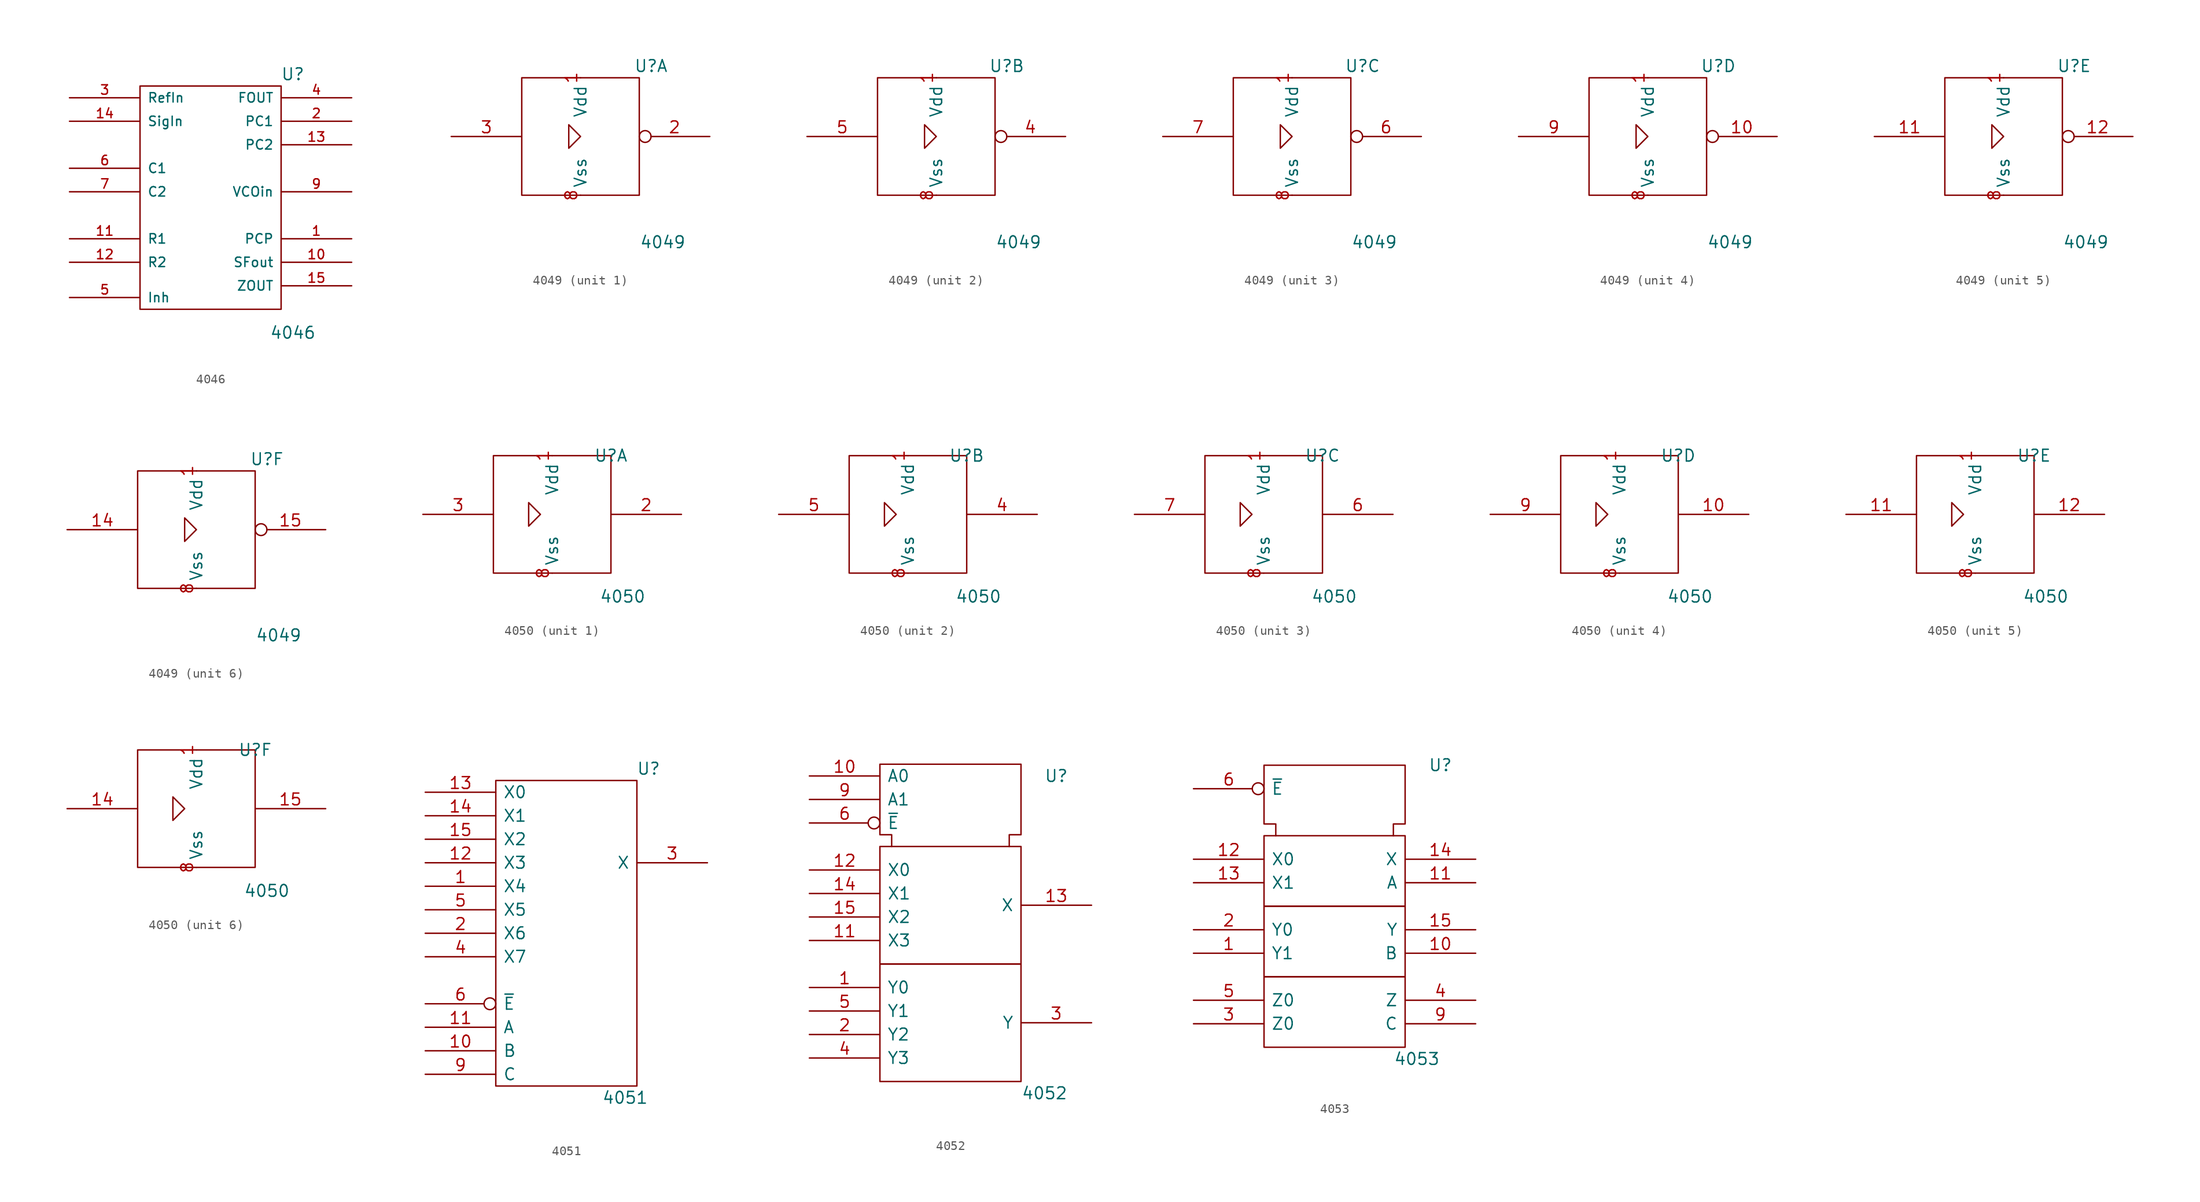
<source format=kicad_sym>
(kicad_symbol_lib
  (version 20201005)
  (generator kicad_symbol_editor)
  (symbol "4046"
    (pin_names
      (offset 0.762))
    (property "Reference" "U"
      (at 8.89 12.7 0)
      (effects (font (size 1.27 1.27))))
    (property "Value" "4046"
      (at 8.89 -15.24 0)
      (effects (font (size 1.27 1.27))))
    (symbol "4046_0_1"
      (rectangle (start -7.62 11.43) (end 7.62 -12.7) (stroke (width 0)) (fill (type none)))
      (pin power_in line (at 0 11.43 270) (length 0) hide (name "VDD" (effects (font (size 1.016 1.016)))) (number "16" (effects (font (size 1.016 1.016)))))
      (pin power_in line (at 0 -12.7 90) (length 0) hide (name "VSS" (effects (font (size 1.016 1.016)))) (number "8" (effects (font (size 1.016 1.016))))))
    (symbol "4046_1_1"
      (pin output line (at 15.24 -5.08 180) (length 7.62) (name "PCP" (effects (font (size 1.016 1.016)))) (number "1" (effects (font (size 1.016 1.016)))))
      (pin output line (at 15.24 -7.62 180) (length 7.62) (name "SFout" (effects (font (size 1.016 1.016)))) (number "10" (effects (font (size 1.016 1.016)))))
      (pin input line (at -15.24 -5.08 0) (length 7.62) (name "R1" (effects (font (size 1.016 1.016)))) (number "11" (effects (font (size 1.016 1.016)))))
      (pin input line (at -15.24 -7.62 0) (length 7.62) (name "R2" (effects (font (size 1.016 1.016)))) (number "12" (effects (font (size 1.016 1.016)))))
      (pin tri_state line (at 15.24 5.08 180) (length 7.62) (name "PC2" (effects (font (size 1.016 1.016)))) (number "13" (effects (font (size 1.016 1.016)))))
      (pin input line (at -15.24 10.16 0) (length 7.62) (name "RefIn" (effects (font (size 1.016 1.016)))) (number "3" (effects (font (size 1.016 1.016)))))
      (pin output line (at 15.24 -10.16 180) (length 7.62) (name "ZOUT" (effects (font (size 1.016 1.016)))) (number "15" (effects (font (size 1.016 1.016)))))
      (pin output line (at 15.24 7.62 180) (length 7.62) (name "PC1" (effects (font (size 1.016 1.016)))) (number "2" (effects (font (size 1.016 1.016)))))
      (pin input line (at -15.24 7.62 0) (length 7.62) (name "SigIn" (effects (font (size 1.016 1.016)))) (number "14" (effects (font (size 1.016 1.016)))))
      (pin input line (at 15.24 10.16 180) (length 7.62) (name "FOUT" (effects (font (size 1.016 1.016)))) (number "4" (effects (font (size 1.016 1.016)))))
      (pin input line (at -15.24 -11.43 0) (length 7.62) (name "Inh" (effects (font (size 1.016 1.016)))) (number "5" (effects (font (size 1.016 1.016)))))
      (pin input line (at -15.24 2.54 0) (length 7.62) (name "C1" (effects (font (size 1.016 1.016)))) (number "6" (effects (font (size 1.016 1.016)))))
      (pin input line (at -15.24 0 0) (length 7.62) (name "C2" (effects (font (size 1.016 1.016)))) (number "7" (effects (font (size 1.016 1.016)))))
      (pin input line (at 15.24 0 180) (length 7.62) (name "VCOin" (effects (font (size 1.016 1.016)))) (number "9" (effects (font (size 1.016 1.016)))))))
  (symbol "4049"
    (pin_names
      (offset 0.762))
    (property "Reference" "U"
      (at 7.62 7.62 0)
      (effects (font (size 1.27 1.27))))
    (property "Value" "4049"
      (at 8.89 -11.43 0)
      (effects (font (size 1.27 1.27))))
    (symbol "4049_0_0"
      (polyline (pts (xy -1.27 1.27) (xy -1.27 -1.27) (xy 0 0) (xy -1.27 1.27) (xy -1.27 1.27)) (stroke (width 0)) (fill (type none)))
      (pin power_in line (at 0 6.35 270) (length 0) (name "Vdd" (effects (font (size 1.27 1.27)))) (number "1" (effects (font (size 1.27 1.27)))))
      (pin power_in line (at 0 -6.35 90) (length 0) (name "Vss" (effects (font (size 1.27 1.27)))) (number "8" (effects (font (size 1.27 1.27))))))
    (symbol "4049_0_1"
      (rectangle (start -6.35 6.35) (end 6.35 -6.35) (stroke (width 0)) (fill (type none))))
    (symbol "4049_1_1"
      (pin output inverted (at 13.97 0 180) (length 7.62) (name "~" (effects (font (size 1.27 1.27)))) (number "2" (effects (font (size 1.27 1.27)))))
      (pin input line (at -13.97 0 0) (length 7.62) (name "~" (effects (font (size 1.27 1.27)))) (number "3" (effects (font (size 1.27 1.27))))))
    (symbol "4049_2_1"
      (pin output inverted (at 13.97 0 180) (length 7.62) (name "~" (effects (font (size 1.27 1.27)))) (number "4" (effects (font (size 1.27 1.27)))))
      (pin input line (at -13.97 0 0) (length 7.62) (name "~" (effects (font (size 1.27 1.27)))) (number "5" (effects (font (size 1.27 1.27))))))
    (symbol "4049_3_1"
      (pin output inverted (at 13.97 0 180) (length 7.62) (name "~" (effects (font (size 1.27 1.27)))) (number "6" (effects (font (size 1.27 1.27)))))
      (pin input line (at -13.97 0 0) (length 7.62) (name "~" (effects (font (size 1.27 1.27)))) (number "7" (effects (font (size 1.27 1.27))))))
    (symbol "4049_4_1"
      (pin output inverted (at 13.97 0 180) (length 7.62) (name "~" (effects (font (size 1.27 1.27)))) (number "10" (effects (font (size 1.27 1.27)))))
      (pin input line (at -13.97 0 0) (length 7.62) (name "~" (effects (font (size 1.27 1.27)))) (number "9" (effects (font (size 1.27 1.27))))))
    (symbol "4049_5_1"
      (pin input line (at -13.97 0 0) (length 7.62) (name "~" (effects (font (size 1.27 1.27)))) (number "11" (effects (font (size 1.27 1.27)))))
      (pin output inverted (at 13.97 0 180) (length 7.62) (name "~" (effects (font (size 1.27 1.27)))) (number "12" (effects (font (size 1.27 1.27))))))
    (symbol "4049_6_1"
      (pin input line (at -13.97 0 0) (length 7.62) (name "~" (effects (font (size 1.27 1.27)))) (number "14" (effects (font (size 1.27 1.27)))))
      (pin output inverted (at 13.97 0 180) (length 7.62) (name "~" (effects (font (size 1.27 1.27)))) (number "15" (effects (font (size 1.27 1.27)))))))
  (symbol "4050"
    (pin_names
      (offset 0.762))
    (property "Reference" "U"
      (at 6.35 6.35 0)
      (effects (font (size 1.27 1.27))))
    (property "Value" "4050"
      (at 7.62 -8.89 0)
      (effects (font (size 1.27 1.27))))
    (symbol "4050_0_0"
      (polyline (pts (xy -2.54 1.27) (xy -2.54 -1.27) (xy -1.27 0) (xy -2.54 1.27) (xy -2.54 1.27)) (stroke (width 0)) (fill (type none)))
      (pin power_in line (at 0 6.35 270) (length 0) (name "Vdd" (effects (font (size 1.27 1.27)))) (number "1" (effects (font (size 1.27 1.27)))))
      (pin power_in line (at 0 -6.35 90) (length 0) (name "Vss" (effects (font (size 1.27 1.27)))) (number "8" (effects (font (size 1.27 1.27))))))
    (symbol "4050_0_1"
      (rectangle (start -6.35 6.35) (end 6.35 -6.35) (stroke (width 0)) (fill (type none))))
    (symbol "4050_1_1"
      (pin output line (at 13.97 0 180) (length 7.62) (name "~" (effects (font (size 1.27 1.27)))) (number "2" (effects (font (size 1.27 1.27)))))
      (pin input line (at -13.97 0 0) (length 7.62) (name "~" (effects (font (size 1.27 1.27)))) (number "3" (effects (font (size 1.27 1.27))))))
    (symbol "4050_2_1"
      (pin output line (at 13.97 0 180) (length 7.62) (name "~" (effects (font (size 1.27 1.27)))) (number "4" (effects (font (size 1.27 1.27)))))
      (pin input line (at -13.97 0 0) (length 7.62) (name "~" (effects (font (size 1.27 1.27)))) (number "5" (effects (font (size 1.27 1.27))))))
    (symbol "4050_3_1"
      (pin output line (at 13.97 0 180) (length 7.62) (name "~" (effects (font (size 1.27 1.27)))) (number "6" (effects (font (size 1.27 1.27)))))
      (pin input line (at -13.97 0 0) (length 7.62) (name "~" (effects (font (size 1.27 1.27)))) (number "7" (effects (font (size 1.27 1.27))))))
    (symbol "4050_4_1"
      (pin output line (at 13.97 0 180) (length 7.62) (name "~" (effects (font (size 1.27 1.27)))) (number "10" (effects (font (size 1.27 1.27)))))
      (pin input line (at -13.97 0 0) (length 7.62) (name "~" (effects (font (size 1.27 1.27)))) (number "9" (effects (font (size 1.27 1.27))))))
    (symbol "4050_5_1"
      (pin input line (at -13.97 0 0) (length 7.62) (name "~" (effects (font (size 1.27 1.27)))) (number "11" (effects (font (size 1.27 1.27)))))
      (pin output line (at 13.97 0 180) (length 7.62) (name "~" (effects (font (size 1.27 1.27)))) (number "12" (effects (font (size 1.27 1.27))))))
    (symbol "4050_6_1"
      (pin input line (at -13.97 0 0) (length 7.62) (name "~" (effects (font (size 1.27 1.27)))) (number "14" (effects (font (size 1.27 1.27)))))
      (pin output line (at 13.97 0 180) (length 7.62) (name "~" (effects (font (size 1.27 1.27)))) (number "15" (effects (font (size 1.27 1.27)))))))
  (symbol "4051"
    (pin_names
      (offset 0.762))
    (property "Reference" "U"
      (at 8.89 17.78 0)
      (effects (font (size 1.27 1.27))))
    (property "Value" "4051"
      (at 6.35 -17.78 0)
      (effects (font (size 1.27 1.27))))
    (symbol "4051_0_0"
      (pin power_in line (at 0 16.51 270) (length 0) hide (name "Vdd" (effects (font (size 1.27 1.27)))) (number "16" (effects (font (size 1.27 1.27)))))
      (pin power_in line (at 0 -16.51 90) (length 0) hide (name "Vss" (effects (font (size 1.27 1.27)))) (number "8" (effects (font (size 1.27 1.27))))))
    (symbol "4051_0_1"
      (rectangle (start -7.62 16.51) (end 7.62 -16.51) (stroke (width 0)) (fill (type none))))
    (symbol "4051_1_1"
      (pin passive line (at -15.24 5.08 0) (length 7.62) (name "X4" (effects (font (size 1.27 1.27)))) (number "1" (effects (font (size 1.27 1.27)))))
      (pin input line (at -15.24 -12.7 0) (length 7.62) (name "B" (effects (font (size 1.27 1.27)))) (number "10" (effects (font (size 1.27 1.27)))))
      (pin input line (at -15.24 -10.16 0) (length 7.62) (name "A" (effects (font (size 1.27 1.27)))) (number "11" (effects (font (size 1.27 1.27)))))
      (pin passive line (at -15.24 7.62 0) (length 7.62) (name "X3" (effects (font (size 1.27 1.27)))) (number "12" (effects (font (size 1.27 1.27)))))
      (pin passive line (at -15.24 15.24 0) (length 7.62) (name "X0" (effects (font (size 1.27 1.27)))) (number "13" (effects (font (size 1.27 1.27)))))
      (pin passive line (at -15.24 12.7 0) (length 7.62) (name "X1" (effects (font (size 1.27 1.27)))) (number "14" (effects (font (size 1.27 1.27)))))
      (pin passive line (at -15.24 10.16 0) (length 7.62) (name "X2" (effects (font (size 1.27 1.27)))) (number "15" (effects (font (size 1.27 1.27)))))
      (pin passive line (at -15.24 0 0) (length 7.62) (name "X6" (effects (font (size 1.27 1.27)))) (number "2" (effects (font (size 1.27 1.27)))))
      (pin passive line (at 15.24 7.62 180) (length 7.62) (name "X" (effects (font (size 1.27 1.27)))) (number "3" (effects (font (size 1.27 1.27)))))
      (pin passive line (at -15.24 -2.54 0) (length 7.62) (name "X7" (effects (font (size 1.27 1.27)))) (number "4" (effects (font (size 1.27 1.27)))))
      (pin passive line (at -15.24 2.54 0) (length 7.62) (name "X5" (effects (font (size 1.27 1.27)))) (number "5" (effects (font (size 1.27 1.27)))))
      (pin input inverted (at -15.24 -7.62 0) (length 7.62) (name "~E" (effects (font (size 1.27 1.27)))) (number "6" (effects (font (size 1.27 1.27)))))
      (pin power_in line (at 5.08 16.51 270) (length 0) hide (name "VEE" (effects (font (size 1.27 1.27)))) (number "7" (effects (font (size 1.27 1.27)))))
      (pin input line (at -15.24 -15.24 0) (length 7.62) (name "C" (effects (font (size 1.27 1.27)))) (number "9" (effects (font (size 1.27 1.27)))))))
  (symbol "4052"
    (pin_names
      (offset 0.762))
    (property "Reference" "U"
      (at 11.43 15.24 0)
      (effects (font (size 1.27 1.27))))
    (property "Value" "4052"
      (at 10.16 -19.05 0)
      (effects (font (size 1.27 1.27))))
    (symbol "4052_0_0"
      (pin power_in line (at 5.08 16.51 270) (length 0) hide (name "Vdd" (effects (font (size 1.27 1.27)))) (number "16" (effects (font (size 1.27 1.27)))))
      (pin power_in line (at 0 16.51 270) (length 0) hide (name "Vss" (effects (font (size 1.27 1.27)))) (number "8" (effects (font (size 1.27 1.27))))))
    (symbol "4052_0_1"
      (rectangle (start -7.62 -5.08) (end 7.62 -17.78) (stroke (width 0)) (fill (type none)))
      (rectangle (start -7.62 7.62) (end 7.62 -5.08) (stroke (width 0)) (fill (type none)))
      (polyline (pts (xy -6.35 7.62) (xy -6.35 8.89) (xy -7.62 8.89) (xy -7.62 16.51) (xy 7.62 16.51) (xy 7.62 8.89) (xy 6.35 8.89) (xy 6.35 7.62) (xy 6.35 7.62)) (stroke (width 0)) (fill (type none))))
    (symbol "4052_1_1"
      (pin passive line (at -15.24 -7.62 0) (length 7.62) (name "Y0" (effects (font (size 1.27 1.27)))) (number "1" (effects (font (size 1.27 1.27)))))
      (pin input line (at -15.24 15.24 0) (length 7.62) (name "A0" (effects (font (size 1.27 1.27)))) (number "10" (effects (font (size 1.27 1.27)))))
      (pin passive line (at -15.24 -2.54 0) (length 7.62) (name "X3" (effects (font (size 1.27 1.27)))) (number "11" (effects (font (size 1.27 1.27)))))
      (pin passive line (at -15.24 5.08 0) (length 7.62) (name "X0" (effects (font (size 1.27 1.27)))) (number "12" (effects (font (size 1.27 1.27)))))
      (pin passive line (at 15.24 1.27 180) (length 7.62) (name "X" (effects (font (size 1.27 1.27)))) (number "13" (effects (font (size 1.27 1.27)))))
      (pin passive line (at -15.24 2.54 0) (length 7.62) (name "X1" (effects (font (size 1.27 1.27)))) (number "14" (effects (font (size 1.27 1.27)))))
      (pin passive line (at -15.24 0 0) (length 7.62) (name "X2" (effects (font (size 1.27 1.27)))) (number "15" (effects (font (size 1.27 1.27)))))
      (pin passive line (at -15.24 -12.7 0) (length 7.62) (name "Y2" (effects (font (size 1.27 1.27)))) (number "2" (effects (font (size 1.27 1.27)))))
      (pin passive line (at 15.24 -11.43 180) (length 7.62) (name "Y" (effects (font (size 1.27 1.27)))) (number "3" (effects (font (size 1.27 1.27)))))
      (pin passive line (at -15.24 -15.24 0) (length 7.62) (name "Y3" (effects (font (size 1.27 1.27)))) (number "4" (effects (font (size 1.27 1.27)))))
      (pin passive line (at -15.24 -10.16 0) (length 7.62) (name "Y1" (effects (font (size 1.27 1.27)))) (number "5" (effects (font (size 1.27 1.27)))))
      (pin input inverted (at -15.24 10.16 0) (length 7.62) (name "~E" (effects (font (size 1.27 1.27)))) (number "6" (effects (font (size 1.27 1.27)))))
      (pin power_in line (at 2.54 16.51 270) (length 0) hide (name "VEE" (effects (font (size 1.27 1.27)))) (number "7" (effects (font (size 1.27 1.27)))))
      (pin input line (at -15.24 12.7 0) (length 7.62) (name "A1" (effects (font (size 1.27 1.27)))) (number "9" (effects (font (size 1.27 1.27)))))))
  (symbol "4053"
    (pin_names
      (offset 0.762))
    (property "Reference" "U"
      (at 11.43 13.97 0)
      (effects (font (size 1.27 1.27))))
    (property "Value" "4053"
      (at 8.89 -17.78 0)
      (effects (font (size 1.27 1.27))))
    (symbol "4053_0_0"
      (pin power_in line (at 5.08 13.97 270) (length 0) hide (name "VDD" (effects (font (size 1.27 1.27)))) (number "16" (effects (font (size 1.27 1.27)))))
      (pin power_in line (at 0 13.97 270) (length 0) hide (name "VSS" (effects (font (size 1.27 1.27)))) (number "8" (effects (font (size 1.27 1.27))))))
    (symbol "4053_0_1"
      (rectangle (start -7.62 -8.89) (end 7.62 -16.51) (stroke (width 0)) (fill (type none)))
      (rectangle (start -7.62 -1.27) (end 7.62 -8.89) (stroke (width 0)) (fill (type none)))
      (rectangle (start -7.62 6.35) (end 7.62 -1.27) (stroke (width 0)) (fill (type none)))
      (polyline (pts (xy -6.35 6.35) (xy -6.35 7.62) (xy -7.62 7.62) (xy -7.62 13.97) (xy 7.62 13.97) (xy 7.62 7.62) (xy 6.35 7.62) (xy 6.35 6.35) (xy 6.35 6.35)) (stroke (width 0)) (fill (type none))))
    (symbol "4053_1_1"
      (pin passive line (at -15.24 -6.35 0) (length 7.62) (name "Y1" (effects (font (size 1.27 1.27)))) (number "1" (effects (font (size 1.27 1.27)))))
      (pin input line (at 15.24 -6.35 180) (length 7.62) (name "B" (effects (font (size 1.27 1.27)))) (number "10" (effects (font (size 1.27 1.27)))))
      (pin input line (at 15.24 1.27 180) (length 7.62) (name "A" (effects (font (size 1.27 1.27)))) (number "11" (effects (font (size 1.27 1.27)))))
      (pin passive line (at -15.24 3.81 0) (length 7.62) (name "X0" (effects (font (size 1.27 1.27)))) (number "12" (effects (font (size 1.27 1.27)))))
      (pin passive line (at -15.24 1.27 0) (length 7.62) (name "X1" (effects (font (size 1.27 1.27)))) (number "13" (effects (font (size 1.27 1.27)))))
      (pin passive line (at 15.24 3.81 180) (length 7.62) (name "X" (effects (font (size 1.27 1.27)))) (number "14" (effects (font (size 1.27 1.27)))))
      (pin passive line (at 15.24 -3.81 180) (length 7.62) (name "Y" (effects (font (size 1.27 1.27)))) (number "15" (effects (font (size 1.27 1.27)))))
      (pin passive line (at -15.24 -3.81 0) (length 7.62) (name "Y0" (effects (font (size 1.27 1.27)))) (number "2" (effects (font (size 1.27 1.27)))))
      (pin passive line (at -15.24 -13.97 0) (length 7.62) (name "Z0" (effects (font (size 1.27 1.27)))) (number "3" (effects (font (size 1.27 1.27)))))
      (pin passive line (at 15.24 -11.43 180) (length 7.62) (name "Z" (effects (font (size 1.27 1.27)))) (number "4" (effects (font (size 1.27 1.27)))))
      (pin passive line (at -15.24 -11.43 0) (length 7.62) (name "Z0" (effects (font (size 1.27 1.27)))) (number "5" (effects (font (size 1.27 1.27)))))
      (pin input inverted (at -15.24 11.43 0) (length 7.62) (name "~E" (effects (font (size 1.27 1.27)))) (number "6" (effects (font (size 1.27 1.27)))))
      (pin power_in line (at 2.54 13.97 270) (length 0) hide (name "VEE" (effects (font (size 1.27 1.27)))) (number "7" (effects (font (size 1.27 1.27)))))
      (pin input line (at 15.24 -13.97 180) (length 7.62) (name "C" (effects (font (size 1.27 1.27)))) (number "9" (effects (font (size 1.27 1.27))))))))
</source>
